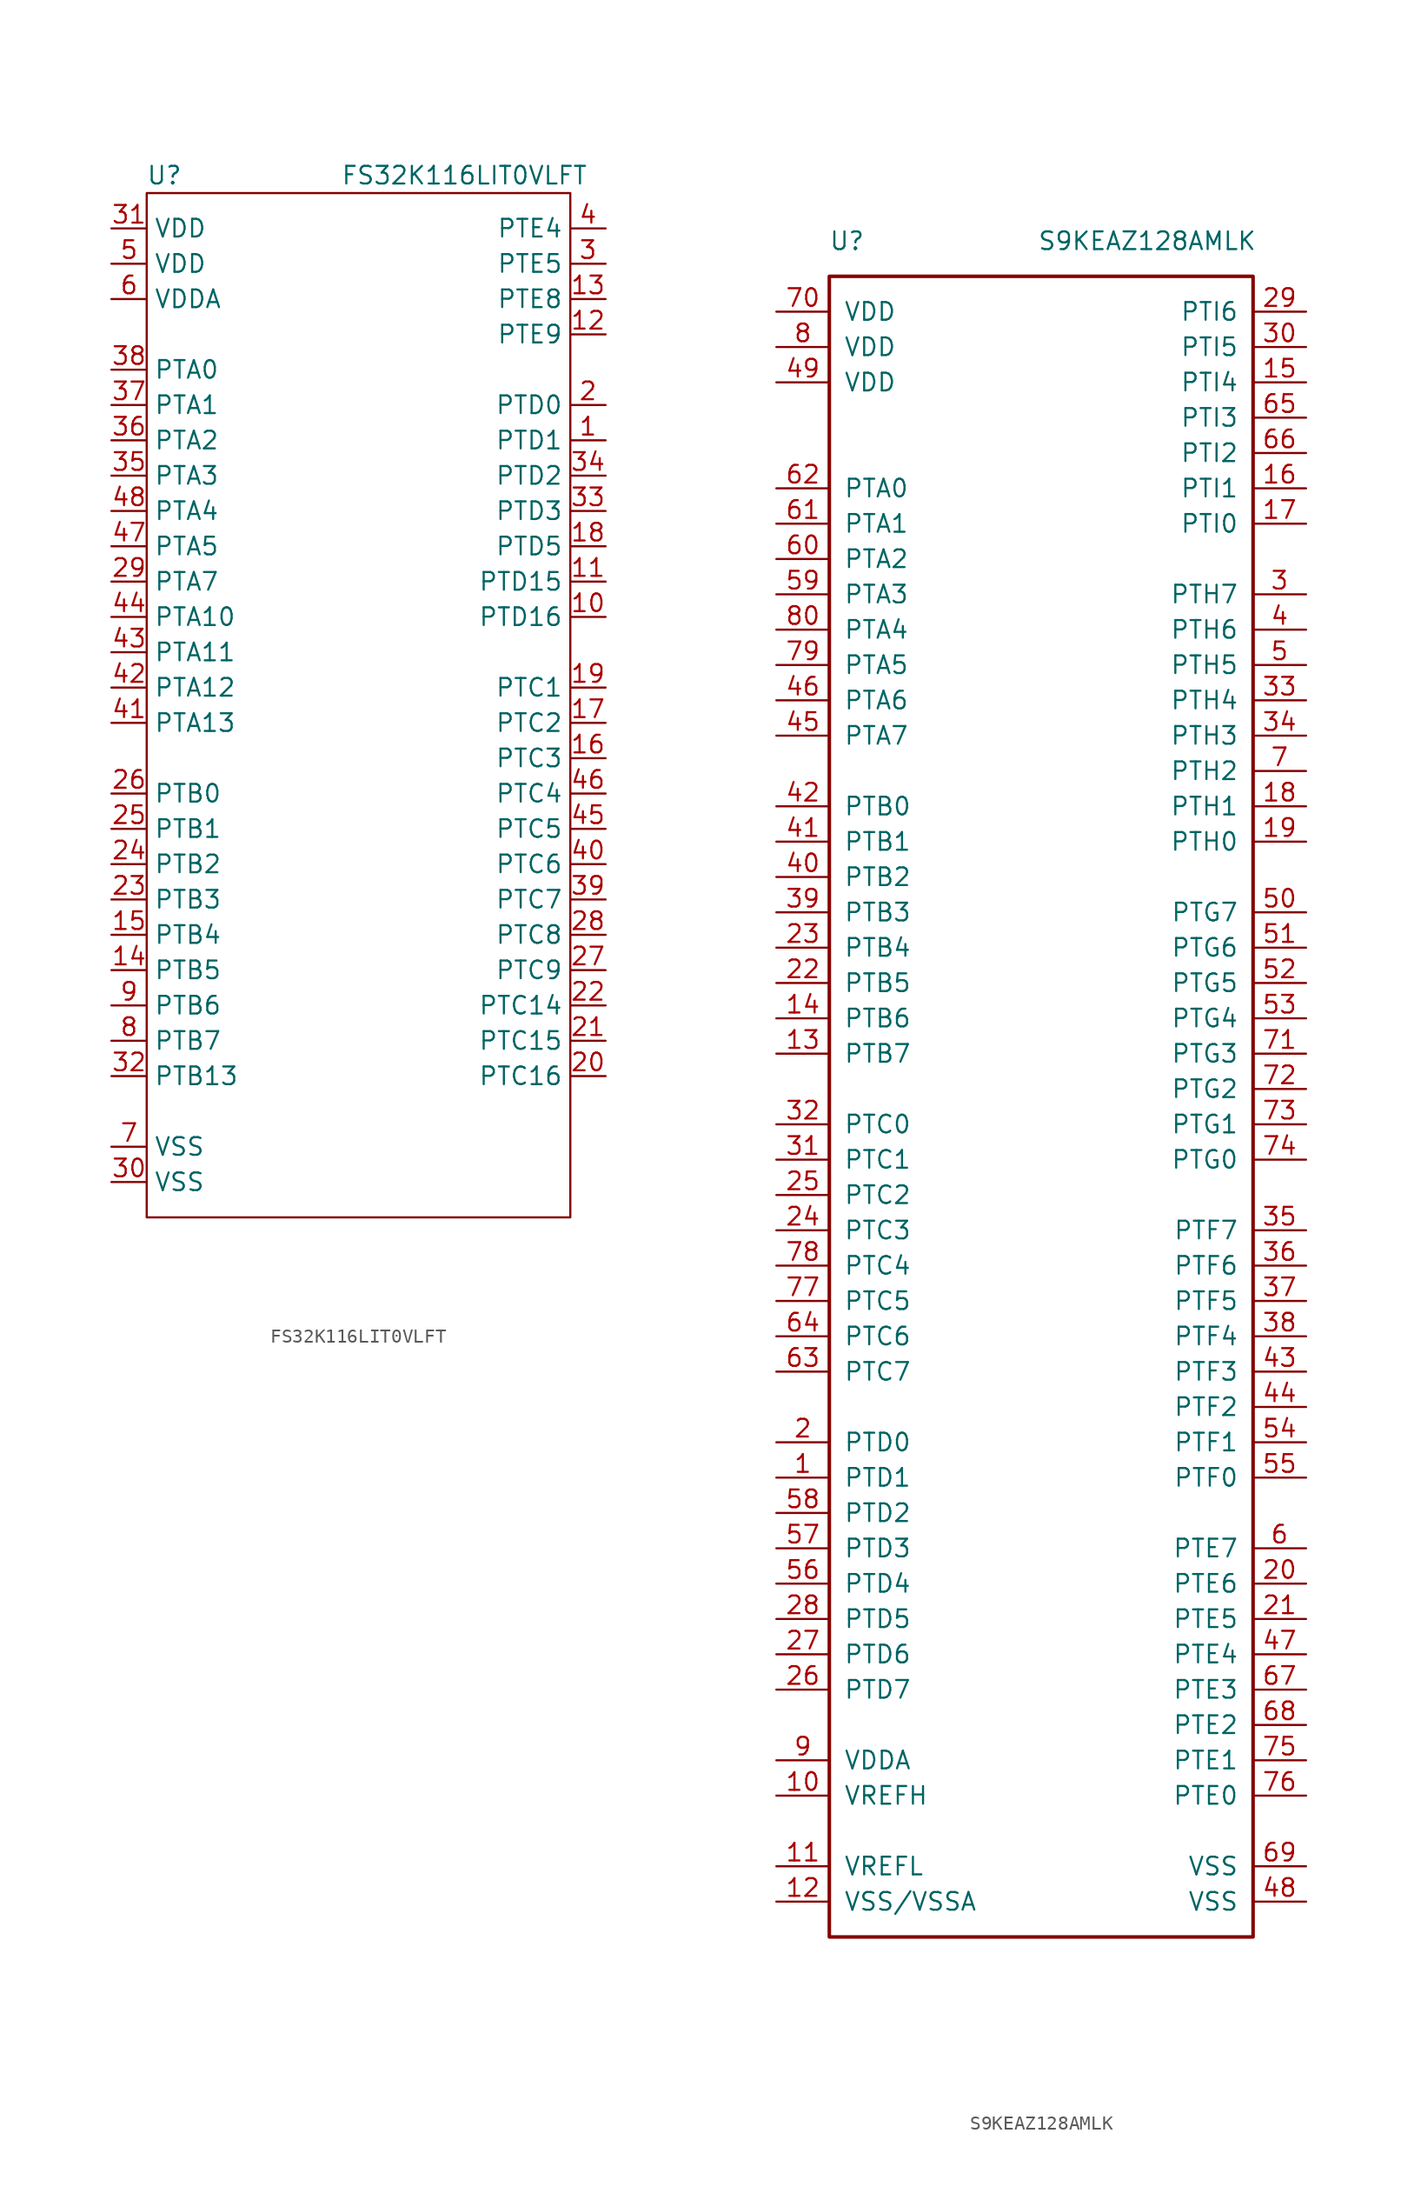
<source format=kicad_sym>
(kicad_symbol_lib
  (version 20220914)
  (generator kicad_symbol_editor)
  (symbol "FS32K116LIT0VLFT"
    (property "Reference" "U"
      (at -13.97 38.1 0)
      (effects (font (size 1.27 1.27))))
    (property "Value" "FS32K116LIT0VLFT"
      (at 7.62 38.1 0)
      (effects (font (size 1.27 1.27))))
    (symbol "FS32K116LIT0VLFT_0_1"
      (rectangle (start -15.24 36.83) (end 15.24 -36.83) (stroke (width 0) (type solid)) (fill (type none))))
    (symbol "FS32K116LIT0VLFT_1_1"
      (pin bidirectional line (at 17.78 19.05 180) (length 2.54) (name "PTD1" (effects (font (size 1.27 1.27)))) (number "1" (effects (font (size 1.27 1.27)))))
      (pin bidirectional line (at 17.78 6.35 180) (length 2.54) (name "PTD16" (effects (font (size 1.27 1.27)))) (number "10" (effects (font (size 1.27 1.27)))))
      (pin bidirectional line (at 17.78 8.89 180) (length 2.54) (name "PTD15" (effects (font (size 1.27 1.27)))) (number "11" (effects (font (size 1.27 1.27)))))
      (pin bidirectional line (at 17.78 26.67 180) (length 2.54) (name "PTE9" (effects (font (size 1.27 1.27)))) (number "12" (effects (font (size 1.27 1.27)))))
      (pin bidirectional line (at 17.78 29.21 180) (length 2.54) (name "PTE8" (effects (font (size 1.27 1.27)))) (number "13" (effects (font (size 1.27 1.27)))))
      (pin bidirectional line (at -17.78 -19.05 0) (length 2.54) (name "PTB5" (effects (font (size 1.27 1.27)))) (number "14" (effects (font (size 1.27 1.27)))))
      (pin bidirectional line (at -17.78 -16.51 0) (length 2.54) (name "PTB4" (effects (font (size 1.27 1.27)))) (number "15" (effects (font (size 1.27 1.27)))))
      (pin bidirectional line (at 17.78 -3.81 180) (length 2.54) (name "PTC3" (effects (font (size 1.27 1.27)))) (number "16" (effects (font (size 1.27 1.27)))))
      (pin bidirectional line (at 17.78 -1.27 180) (length 2.54) (name "PTC2" (effects (font (size 1.27 1.27)))) (number "17" (effects (font (size 1.27 1.27)))))
      (pin bidirectional line (at 17.78 11.43 180) (length 2.54) (name "PTD5" (effects (font (size 1.27 1.27)))) (number "18" (effects (font (size 1.27 1.27)))))
      (pin bidirectional line (at 17.78 1.27 180) (length 2.54) (name "PTC1" (effects (font (size 1.27 1.27)))) (number "19" (effects (font (size 1.27 1.27)))))
      (pin bidirectional line (at 17.78 21.59 180) (length 2.54) (name "PTD0" (effects (font (size 1.27 1.27)))) (number "2" (effects (font (size 1.27 1.27)))))
      (pin bidirectional line (at 17.78 -26.67 180) (length 2.54) (name "PTC16" (effects (font (size 1.27 1.27)))) (number "20" (effects (font (size 1.27 1.27)))))
      (pin bidirectional line (at 17.78 -24.13 180) (length 2.54) (name "PTC15" (effects (font (size 1.27 1.27)))) (number "21" (effects (font (size 1.27 1.27)))))
      (pin bidirectional line (at 17.78 -21.59 180) (length 2.54) (name "PTC14" (effects (font (size 1.27 1.27)))) (number "22" (effects (font (size 1.27 1.27)))))
      (pin bidirectional line (at -17.78 -13.97 0) (length 2.54) (name "PTB3" (effects (font (size 1.27 1.27)))) (number "23" (effects (font (size 1.27 1.27)))))
      (pin bidirectional line (at -17.78 -11.43 0) (length 2.54) (name "PTB2" (effects (font (size 1.27 1.27)))) (number "24" (effects (font (size 1.27 1.27)))))
      (pin bidirectional line (at -17.78 -8.89 0) (length 2.54) (name "PTB1" (effects (font (size 1.27 1.27)))) (number "25" (effects (font (size 1.27 1.27)))))
      (pin bidirectional line (at -17.78 -6.35 0) (length 2.54) (name "PTB0" (effects (font (size 1.27 1.27)))) (number "26" (effects (font (size 1.27 1.27)))))
      (pin bidirectional line (at 17.78 -19.05 180) (length 2.54) (name "PTC9" (effects (font (size 1.27 1.27)))) (number "27" (effects (font (size 1.27 1.27)))))
      (pin bidirectional line (at 17.78 -16.51 180) (length 2.54) (name "PTC8" (effects (font (size 1.27 1.27)))) (number "28" (effects (font (size 1.27 1.27)))))
      (pin bidirectional line (at -17.78 8.89 0) (length 2.54) (name "PTA7" (effects (font (size 1.27 1.27)))) (number "29" (effects (font (size 1.27 1.27)))))
      (pin bidirectional line (at 17.78 31.75 180) (length 2.54) (name "PTE5" (effects (font (size 1.27 1.27)))) (number "3" (effects (font (size 1.27 1.27)))))
      (pin power_in line (at -17.78 -34.29 0) (length 2.54) (name "VSS" (effects (font (size 1.27 1.27)))) (number "30" (effects (font (size 1.27 1.27)))))
      (pin power_in line (at -17.78 34.29 0) (length 2.54) (name "VDD" (effects (font (size 1.27 1.27)))) (number "31" (effects (font (size 1.27 1.27)))))
      (pin bidirectional line (at -17.78 -26.67 0) (length 2.54) (name "PTB13" (effects (font (size 1.27 1.27)))) (number "32" (effects (font (size 1.27 1.27)))))
      (pin bidirectional line (at 17.78 13.97 180) (length 2.54) (name "PTD3" (effects (font (size 1.27 1.27)))) (number "33" (effects (font (size 1.27 1.27)))))
      (pin bidirectional line (at 17.78 16.51 180) (length 2.54) (name "PTD2" (effects (font (size 1.27 1.27)))) (number "34" (effects (font (size 1.27 1.27)))))
      (pin bidirectional line (at -17.78 16.51 0) (length 2.54) (name "PTA3" (effects (font (size 1.27 1.27)))) (number "35" (effects (font (size 1.27 1.27)))))
      (pin bidirectional line (at -17.78 19.05 0) (length 2.54) (name "PTA2" (effects (font (size 1.27 1.27)))) (number "36" (effects (font (size 1.27 1.27)))))
      (pin bidirectional line (at -17.78 21.59 0) (length 2.54) (name "PTA1" (effects (font (size 1.27 1.27)))) (number "37" (effects (font (size 1.27 1.27)))))
      (pin bidirectional line (at -17.78 24.13 0) (length 2.54) (name "PTA0" (effects (font (size 1.27 1.27)))) (number "38" (effects (font (size 1.27 1.27)))))
      (pin bidirectional line (at 17.78 -13.97 180) (length 2.54) (name "PTC7" (effects (font (size 1.27 1.27)))) (number "39" (effects (font (size 1.27 1.27)))))
      (pin bidirectional line (at 17.78 34.29 180) (length 2.54) (name "PTE4" (effects (font (size 1.27 1.27)))) (number "4" (effects (font (size 1.27 1.27)))))
      (pin bidirectional line (at 17.78 -11.43 180) (length 2.54) (name "PTC6" (effects (font (size 1.27 1.27)))) (number "40" (effects (font (size 1.27 1.27)))))
      (pin bidirectional line (at -17.78 -1.27 0) (length 2.54) (name "PTA13" (effects (font (size 1.27 1.27)))) (number "41" (effects (font (size 1.27 1.27)))))
      (pin bidirectional line (at -17.78 1.27 0) (length 2.54) (name "PTA12" (effects (font (size 1.27 1.27)))) (number "42" (effects (font (size 1.27 1.27)))))
      (pin bidirectional line (at -17.78 3.81 0) (length 2.54) (name "PTA11" (effects (font (size 1.27 1.27)))) (number "43" (effects (font (size 1.27 1.27)))))
      (pin bidirectional line (at -17.78 6.35 0) (length 2.54) (name "PTA10" (effects (font (size 1.27 1.27)))) (number "44" (effects (font (size 1.27 1.27)))))
      (pin bidirectional line (at 17.78 -8.89 180) (length 2.54) (name "PTC5" (effects (font (size 1.27 1.27)))) (number "45" (effects (font (size 1.27 1.27)))))
      (pin bidirectional line (at 17.78 -6.35 180) (length 2.54) (name "PTC4" (effects (font (size 1.27 1.27)))) (number "46" (effects (font (size 1.27 1.27)))))
      (pin bidirectional line (at -17.78 11.43 0) (length 2.54) (name "PTA5" (effects (font (size 1.27 1.27)))) (number "47" (effects (font (size 1.27 1.27)))))
      (pin bidirectional line (at -17.78 13.97 0) (length 2.54) (name "PTA4" (effects (font (size 1.27 1.27)))) (number "48" (effects (font (size 1.27 1.27)))))
      (pin power_in line (at -17.78 31.75 0) (length 2.54) (name "VDD" (effects (font (size 1.27 1.27)))) (number "5" (effects (font (size 1.27 1.27)))))
      (pin power_in line (at -17.78 29.21 0) (length 2.54) (name "VDDA" (effects (font (size 1.27 1.27)))) (number "6" (effects (font (size 1.27 1.27)))))
      (pin power_in line (at -17.78 -31.75 0) (length 2.54) (name "VSS" (effects (font (size 1.27 1.27)))) (number "7" (effects (font (size 1.27 1.27)))))
      (pin bidirectional line (at -17.78 -24.13 0) (length 2.54) (name "PTB7" (effects (font (size 1.27 1.27)))) (number "8" (effects (font (size 1.27 1.27)))))
      (pin bidirectional line (at -17.78 -21.59 0) (length 2.54) (name "PTB6" (effects (font (size 1.27 1.27)))) (number "9" (effects (font (size 1.27 1.27)))))))
  (symbol "S9KEAZ128AMLK"
    (pin_names
      (offset 1.016))
    (property "Reference" "U"
      (at -13.97 60.96 0)
      (effects (font (size 1.27 1.27))))
    (property "Value" "S9KEAZ128AMLK"
      (at 7.62 60.96 0)
      (effects (font (size 1.27 1.27))))
    (symbol "S9KEAZ128AMLK_0_1"
      (rectangle (start -15.24 58.42) (end 15.24 -60.96) (stroke (width 0.254) (type solid)) (fill (type none))))
    (symbol "S9KEAZ128AMLK_1_1"
      (pin bidirectional line (at -19.05 -27.94 0) (length 3.81) (name "PTD1" (effects (font (size 1.27 1.27)))) (number "1" (effects (font (size 1.27 1.27)))))
      (pin power_in line (at -19.05 -50.8 0) (length 3.81) (name "VREFH" (effects (font (size 1.27 1.27)))) (number "10" (effects (font (size 1.27 1.27)))))
      (pin passive line (at -19.05 -55.88 0) (length 3.81) (name "VREFL" (effects (font (size 1.27 1.27)))) (number "11" (effects (font (size 1.27 1.27)))))
      (pin passive line (at -19.05 -58.42 0) (length 3.81) (name "VSS/VSSA" (effects (font (size 1.27 1.27)))) (number "12" (effects (font (size 1.27 1.27)))))
      (pin bidirectional line (at -19.05 2.54 0) (length 3.81) (name "PTB7" (effects (font (size 1.27 1.27)))) (number "13" (effects (font (size 1.27 1.27)))))
      (pin bidirectional line (at -19.05 5.08 0) (length 3.81) (name "PTB6" (effects (font (size 1.27 1.27)))) (number "14" (effects (font (size 1.27 1.27)))))
      (pin bidirectional line (at 19.05 50.8 180) (length 3.81) (name "PTI4" (effects (font (size 1.27 1.27)))) (number "15" (effects (font (size 1.27 1.27)))))
      (pin bidirectional line (at 19.05 43.18 180) (length 3.81) (name "PTI1" (effects (font (size 1.27 1.27)))) (number "16" (effects (font (size 1.27 1.27)))))
      (pin bidirectional line (at 19.05 40.64 180) (length 3.81) (name "PTI0" (effects (font (size 1.27 1.27)))) (number "17" (effects (font (size 1.27 1.27)))))
      (pin bidirectional line (at 19.05 20.32 180) (length 3.81) (name "PTH1" (effects (font (size 1.27 1.27)))) (number "18" (effects (font (size 1.27 1.27)))))
      (pin bidirectional line (at 19.05 17.78 180) (length 3.81) (name "PTH0" (effects (font (size 1.27 1.27)))) (number "19" (effects (font (size 1.27 1.27)))))
      (pin bidirectional line (at -19.05 -25.4 0) (length 3.81) (name "PTD0" (effects (font (size 1.27 1.27)))) (number "2" (effects (font (size 1.27 1.27)))))
      (pin bidirectional line (at 19.05 -35.56 180) (length 3.81) (name "PTE6" (effects (font (size 1.27 1.27)))) (number "20" (effects (font (size 1.27 1.27)))))
      (pin bidirectional line (at 19.05 -38.1 180) (length 3.81) (name "PTE5" (effects (font (size 1.27 1.27)))) (number "21" (effects (font (size 1.27 1.27)))))
      (pin bidirectional line (at -19.05 7.62 0) (length 3.81) (name "PTB5" (effects (font (size 1.27 1.27)))) (number "22" (effects (font (size 1.27 1.27)))))
      (pin bidirectional line (at -19.05 10.16 0) (length 3.81) (name "PTB4" (effects (font (size 1.27 1.27)))) (number "23" (effects (font (size 1.27 1.27)))))
      (pin bidirectional line (at -19.05 -10.16 0) (length 3.81) (name "PTC3" (effects (font (size 1.27 1.27)))) (number "24" (effects (font (size 1.27 1.27)))))
      (pin bidirectional line (at -19.05 -7.62 0) (length 3.81) (name "PTC2" (effects (font (size 1.27 1.27)))) (number "25" (effects (font (size 1.27 1.27)))))
      (pin bidirectional line (at -19.05 -43.18 0) (length 3.81) (name "PTD7" (effects (font (size 1.27 1.27)))) (number "26" (effects (font (size 1.27 1.27)))))
      (pin bidirectional line (at -19.05 -40.64 0) (length 3.81) (name "PTD6" (effects (font (size 1.27 1.27)))) (number "27" (effects (font (size 1.27 1.27)))))
      (pin bidirectional line (at -19.05 -38.1 0) (length 3.81) (name "PTD5" (effects (font (size 1.27 1.27)))) (number "28" (effects (font (size 1.27 1.27)))))
      (pin bidirectional line (at 19.05 55.88 180) (length 3.81) (name "PTI6" (effects (font (size 1.27 1.27)))) (number "29" (effects (font (size 1.27 1.27)))))
      (pin bidirectional line (at 19.05 35.56 180) (length 3.81) (name "PTH7" (effects (font (size 1.27 1.27)))) (number "3" (effects (font (size 1.27 1.27)))))
      (pin bidirectional line (at 19.05 53.34 180) (length 3.81) (name "PTI5" (effects (font (size 1.27 1.27)))) (number "30" (effects (font (size 1.27 1.27)))))
      (pin bidirectional line (at -19.05 -5.08 0) (length 3.81) (name "PTC1" (effects (font (size 1.27 1.27)))) (number "31" (effects (font (size 1.27 1.27)))))
      (pin bidirectional line (at -19.05 -2.54 0) (length 3.81) (name "PTC0" (effects (font (size 1.27 1.27)))) (number "32" (effects (font (size 1.27 1.27)))))
      (pin bidirectional line (at 19.05 27.94 180) (length 3.81) (name "PTH4" (effects (font (size 1.27 1.27)))) (number "33" (effects (font (size 1.27 1.27)))))
      (pin bidirectional line (at 19.05 25.4 180) (length 3.81) (name "PTH3" (effects (font (size 1.27 1.27)))) (number "34" (effects (font (size 1.27 1.27)))))
      (pin bidirectional line (at 19.05 -10.16 180) (length 3.81) (name "PTF7" (effects (font (size 1.27 1.27)))) (number "35" (effects (font (size 1.27 1.27)))))
      (pin bidirectional line (at 19.05 -12.7 180) (length 3.81) (name "PTF6" (effects (font (size 1.27 1.27)))) (number "36" (effects (font (size 1.27 1.27)))))
      (pin bidirectional line (at 19.05 -15.24 180) (length 3.81) (name "PTF5" (effects (font (size 1.27 1.27)))) (number "37" (effects (font (size 1.27 1.27)))))
      (pin bidirectional line (at 19.05 -17.78 180) (length 3.81) (name "PTF4" (effects (font (size 1.27 1.27)))) (number "38" (effects (font (size 1.27 1.27)))))
      (pin bidirectional line (at -19.05 12.7 0) (length 3.81) (name "PTB3" (effects (font (size 1.27 1.27)))) (number "39" (effects (font (size 1.27 1.27)))))
      (pin bidirectional line (at 19.05 33.02 180) (length 3.81) (name "PTH6" (effects (font (size 1.27 1.27)))) (number "4" (effects (font (size 1.27 1.27)))))
      (pin bidirectional line (at -19.05 15.24 0) (length 3.81) (name "PTB2" (effects (font (size 1.27 1.27)))) (number "40" (effects (font (size 1.27 1.27)))))
      (pin bidirectional line (at -19.05 17.78 0) (length 3.81) (name "PTB1" (effects (font (size 1.27 1.27)))) (number "41" (effects (font (size 1.27 1.27)))))
      (pin bidirectional line (at -19.05 20.32 0) (length 3.81) (name "PTB0" (effects (font (size 1.27 1.27)))) (number "42" (effects (font (size 1.27 1.27)))))
      (pin bidirectional line (at 19.05 -20.32 180) (length 3.81) (name "PTF3" (effects (font (size 1.27 1.27)))) (number "43" (effects (font (size 1.27 1.27)))))
      (pin bidirectional line (at 19.05 -22.86 180) (length 3.81) (name "PTF2" (effects (font (size 1.27 1.27)))) (number "44" (effects (font (size 1.27 1.27)))))
      (pin bidirectional line (at -19.05 25.4 0) (length 3.81) (name "PTA7" (effects (font (size 1.27 1.27)))) (number "45" (effects (font (size 1.27 1.27)))))
      (pin bidirectional line (at -19.05 27.94 0) (length 3.81) (name "PTA6" (effects (font (size 1.27 1.27)))) (number "46" (effects (font (size 1.27 1.27)))))
      (pin bidirectional line (at 19.05 -40.64 180) (length 3.81) (name "PTE4" (effects (font (size 1.27 1.27)))) (number "47" (effects (font (size 1.27 1.27)))))
      (pin passive line (at 19.05 -58.42 180) (length 3.81) (name "VSS" (effects (font (size 1.27 1.27)))) (number "48" (effects (font (size 1.27 1.27)))))
      (pin power_in line (at -19.05 50.8 0) (length 3.81) (name "VDD" (effects (font (size 1.27 1.27)))) (number "49" (effects (font (size 1.27 1.27)))))
      (pin bidirectional line (at 19.05 30.48 180) (length 3.81) (name "PTH5" (effects (font (size 1.27 1.27)))) (number "5" (effects (font (size 1.27 1.27)))))
      (pin bidirectional line (at 19.05 12.7 180) (length 3.81) (name "PTG7" (effects (font (size 1.27 1.27)))) (number "50" (effects (font (size 1.27 1.27)))))
      (pin bidirectional line (at 19.05 10.16 180) (length 3.81) (name "PTG6" (effects (font (size 1.27 1.27)))) (number "51" (effects (font (size 1.27 1.27)))))
      (pin bidirectional line (at 19.05 7.62 180) (length 3.81) (name "PTG5" (effects (font (size 1.27 1.27)))) (number "52" (effects (font (size 1.27 1.27)))))
      (pin bidirectional line (at 19.05 5.08 180) (length 3.81) (name "PTG4" (effects (font (size 1.27 1.27)))) (number "53" (effects (font (size 1.27 1.27)))))
      (pin bidirectional line (at 19.05 -25.4 180) (length 3.81) (name "PTF1" (effects (font (size 1.27 1.27)))) (number "54" (effects (font (size 1.27 1.27)))))
      (pin bidirectional line (at 19.05 -27.94 180) (length 3.81) (name "PTF0" (effects (font (size 1.27 1.27)))) (number "55" (effects (font (size 1.27 1.27)))))
      (pin bidirectional line (at -19.05 -35.56 0) (length 3.81) (name "PTD4" (effects (font (size 1.27 1.27)))) (number "56" (effects (font (size 1.27 1.27)))))
      (pin bidirectional line (at -19.05 -33.02 0) (length 3.81) (name "PTD3" (effects (font (size 1.27 1.27)))) (number "57" (effects (font (size 1.27 1.27)))))
      (pin bidirectional line (at -19.05 -30.48 0) (length 3.81) (name "PTD2" (effects (font (size 1.27 1.27)))) (number "58" (effects (font (size 1.27 1.27)))))
      (pin bidirectional line (at -19.05 35.56 0) (length 3.81) (name "PTA3" (effects (font (size 1.27 1.27)))) (number "59" (effects (font (size 1.27 1.27)))))
      (pin bidirectional line (at 19.05 -33.02 180) (length 3.81) (name "PTE7" (effects (font (size 1.27 1.27)))) (number "6" (effects (font (size 1.27 1.27)))))
      (pin bidirectional line (at -19.05 38.1 0) (length 3.81) (name "PTA2" (effects (font (size 1.27 1.27)))) (number "60" (effects (font (size 1.27 1.27)))))
      (pin bidirectional line (at -19.05 40.64 0) (length 3.81) (name "PTA1" (effects (font (size 1.27 1.27)))) (number "61" (effects (font (size 1.27 1.27)))))
      (pin bidirectional line (at -19.05 43.18 0) (length 3.81) (name "PTA0" (effects (font (size 1.27 1.27)))) (number "62" (effects (font (size 1.27 1.27)))))
      (pin bidirectional line (at -19.05 -20.32 0) (length 3.81) (name "PTC7" (effects (font (size 1.27 1.27)))) (number "63" (effects (font (size 1.27 1.27)))))
      (pin bidirectional line (at -19.05 -17.78 0) (length 3.81) (name "PTC6" (effects (font (size 1.27 1.27)))) (number "64" (effects (font (size 1.27 1.27)))))
      (pin bidirectional line (at 19.05 48.26 180) (length 3.81) (name "PTI3" (effects (font (size 1.27 1.27)))) (number "65" (effects (font (size 1.27 1.27)))))
      (pin bidirectional line (at 19.05 45.72 180) (length 3.81) (name "PTI2" (effects (font (size 1.27 1.27)))) (number "66" (effects (font (size 1.27 1.27)))))
      (pin bidirectional line (at 19.05 -43.18 180) (length 3.81) (name "PTE3" (effects (font (size 1.27 1.27)))) (number "67" (effects (font (size 1.27 1.27)))))
      (pin bidirectional line (at 19.05 -45.72 180) (length 3.81) (name "PTE2" (effects (font (size 1.27 1.27)))) (number "68" (effects (font (size 1.27 1.27)))))
      (pin passive line (at 19.05 -55.88 180) (length 3.81) (name "VSS" (effects (font (size 1.27 1.27)))) (number "69" (effects (font (size 1.27 1.27)))))
      (pin bidirectional line (at 19.05 22.86 180) (length 3.81) (name "PTH2" (effects (font (size 1.27 1.27)))) (number "7" (effects (font (size 1.27 1.27)))))
      (pin power_in line (at -19.05 55.88 0) (length 3.81) (name "VDD" (effects (font (size 1.27 1.27)))) (number "70" (effects (font (size 1.27 1.27)))))
      (pin bidirectional line (at 19.05 2.54 180) (length 3.81) (name "PTG3" (effects (font (size 1.27 1.27)))) (number "71" (effects (font (size 1.27 1.27)))))
      (pin bidirectional line (at 19.05 0 180) (length 3.81) (name "PTG2" (effects (font (size 1.27 1.27)))) (number "72" (effects (font (size 1.27 1.27)))))
      (pin bidirectional line (at 19.05 -2.54 180) (length 3.81) (name "PTG1" (effects (font (size 1.27 1.27)))) (number "73" (effects (font (size 1.27 1.27)))))
      (pin bidirectional line (at 19.05 -5.08 180) (length 3.81) (name "PTG0" (effects (font (size 1.27 1.27)))) (number "74" (effects (font (size 1.27 1.27)))))
      (pin bidirectional line (at 19.05 -48.26 180) (length 3.81) (name "PTE1" (effects (font (size 1.27 1.27)))) (number "75" (effects (font (size 1.27 1.27)))))
      (pin bidirectional line (at 19.05 -50.8 180) (length 3.81) (name "PTE0" (effects (font (size 1.27 1.27)))) (number "76" (effects (font (size 1.27 1.27)))))
      (pin bidirectional line (at -19.05 -15.24 0) (length 3.81) (name "PTC5" (effects (font (size 1.27 1.27)))) (number "77" (effects (font (size 1.27 1.27)))))
      (pin bidirectional line (at -19.05 -12.7 0) (length 3.81) (name "PTC4" (effects (font (size 1.27 1.27)))) (number "78" (effects (font (size 1.27 1.27)))))
      (pin bidirectional line (at -19.05 30.48 0) (length 3.81) (name "PTA5" (effects (font (size 1.27 1.27)))) (number "79" (effects (font (size 1.27 1.27)))))
      (pin power_in line (at -19.05 53.34 0) (length 3.81) (name "VDD" (effects (font (size 1.27 1.27)))) (number "8" (effects (font (size 1.27 1.27)))))
      (pin bidirectional line (at -19.05 33.02 0) (length 3.81) (name "PTA4" (effects (font (size 1.27 1.27)))) (number "80" (effects (font (size 1.27 1.27)))))
      (pin power_in line (at -19.05 -48.26 0) (length 3.81) (name "VDDA" (effects (font (size 1.27 1.27)))) (number "9" (effects (font (size 1.27 1.27))))))))
</source>
